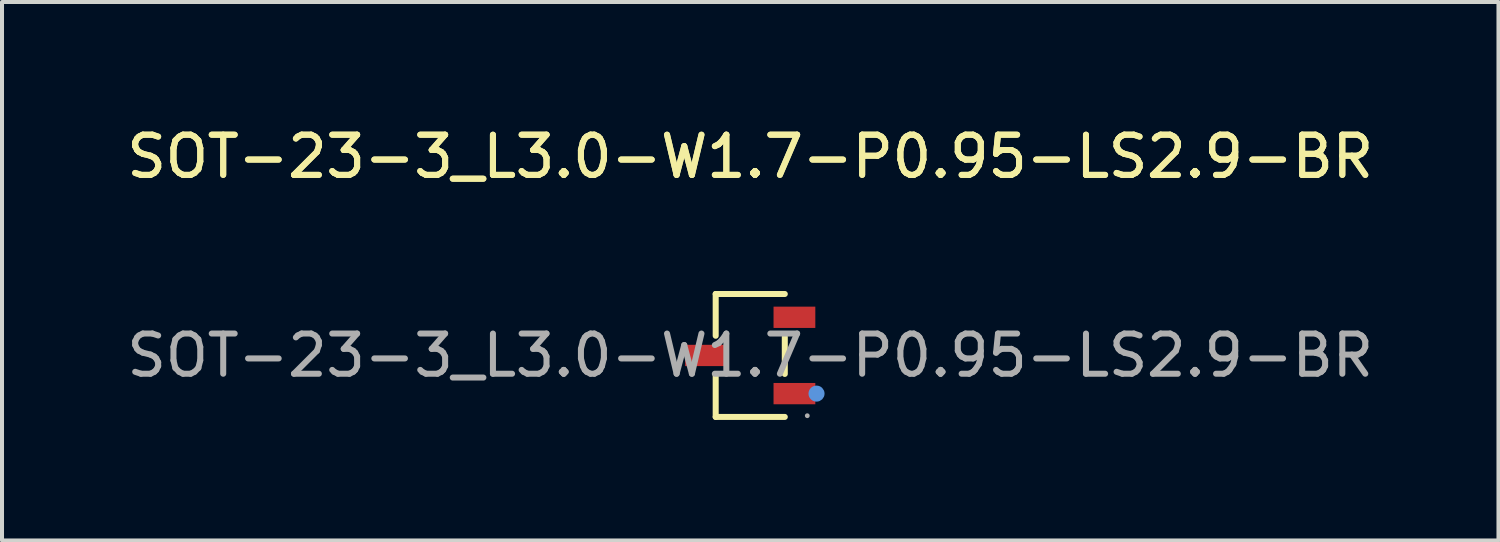
<source format=kicad_pcb>
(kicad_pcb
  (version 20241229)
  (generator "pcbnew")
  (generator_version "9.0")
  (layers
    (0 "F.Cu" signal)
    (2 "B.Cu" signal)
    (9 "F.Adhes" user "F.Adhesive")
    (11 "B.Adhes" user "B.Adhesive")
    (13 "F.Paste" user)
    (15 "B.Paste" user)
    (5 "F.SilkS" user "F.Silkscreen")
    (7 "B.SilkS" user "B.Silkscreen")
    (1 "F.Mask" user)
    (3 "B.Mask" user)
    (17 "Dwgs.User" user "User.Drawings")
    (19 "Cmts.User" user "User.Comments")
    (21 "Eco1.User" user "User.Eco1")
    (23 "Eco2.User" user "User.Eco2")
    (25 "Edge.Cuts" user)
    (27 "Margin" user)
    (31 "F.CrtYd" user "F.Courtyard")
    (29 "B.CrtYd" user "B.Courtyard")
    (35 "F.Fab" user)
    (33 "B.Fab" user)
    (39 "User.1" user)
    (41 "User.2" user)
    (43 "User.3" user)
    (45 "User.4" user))
  (footprint "SOT-23-3_L3.0-W1.7-P0.95-LS2.9-BR"
    (layer "F.Cu")
    (at 15.625 5.798)
    (property "Reference" "SOT-23-3_L3.0-W1.7-P0.95-LS2.9-BR" (at 0 -4.95 0) (layer "F.SilkS") (effects (font (size 1 1) (thickness 0.15))))
    (attr smd)
    (fp_line (start -0.86 -1.53) (end -0.86 -0.49) (stroke (width 0.15) (type solid)) (layer "F.SilkS"))
    (fp_line (start -0.86 1.53) (end -0.86 0.49) (stroke (width 0.15) (type solid)) (layer "F.SilkS"))
    (fp_line (start 0.86 -1.53) (end -0.86 -1.53) (stroke (width 0.15) (type solid)) (layer "F.SilkS"))
    (fp_line (start 0.86 -0.46) (end 0.86 0.46) (stroke (width 0.15) (type solid)) (layer "F.SilkS"))
    (fp_line (start 0.86 1.53) (end -0.86 1.53) (stroke (width 0.15) (type solid)) (layer "F.SilkS"))
    (fp_circle (center 1.65 0.95) (end 1.75 0.95) (stroke (width 0.2) (type solid)) (fill no) (layer "Cmts.User"))
    (fp_circle (center 1.42 1.5) (end 1.45 1.5) (stroke (width 0.06) (type solid)) (fill no) (layer "F.Fab"))
    (fp_text user "${REFERENCE}" (at 0 -4.95 0) (layer "F.SilkS") (effects (font (size 1 1) (thickness 0.15))))
    (fp_text user "${REFERENCE}" (at 0 0 0) (layer "F.Fab") (effects (font (size 1 1) (thickness 0.15))))
    (pad "1" smd rect (at 1.1 0.95) (size 1.04 0.53) (layers "F.Cu" "F.Mask" "F.Paste"))
    (pad "2" smd rect (at 1.1 -0.95) (size 1.04 0.53) (layers "F.Cu" "F.Mask" "F.Paste"))
    (pad "3" smd rect (at -1.1 0) (size 1.04 0.53) (layers "F.Cu" "F.Mask" "F.Paste")))
  (gr_rect
    (start -3 -3)
    (end 34.25 10.403)
    (stroke (width 0.1) (type default))
    (fill no)
    (layer "Edge.Cuts")))
</source>
